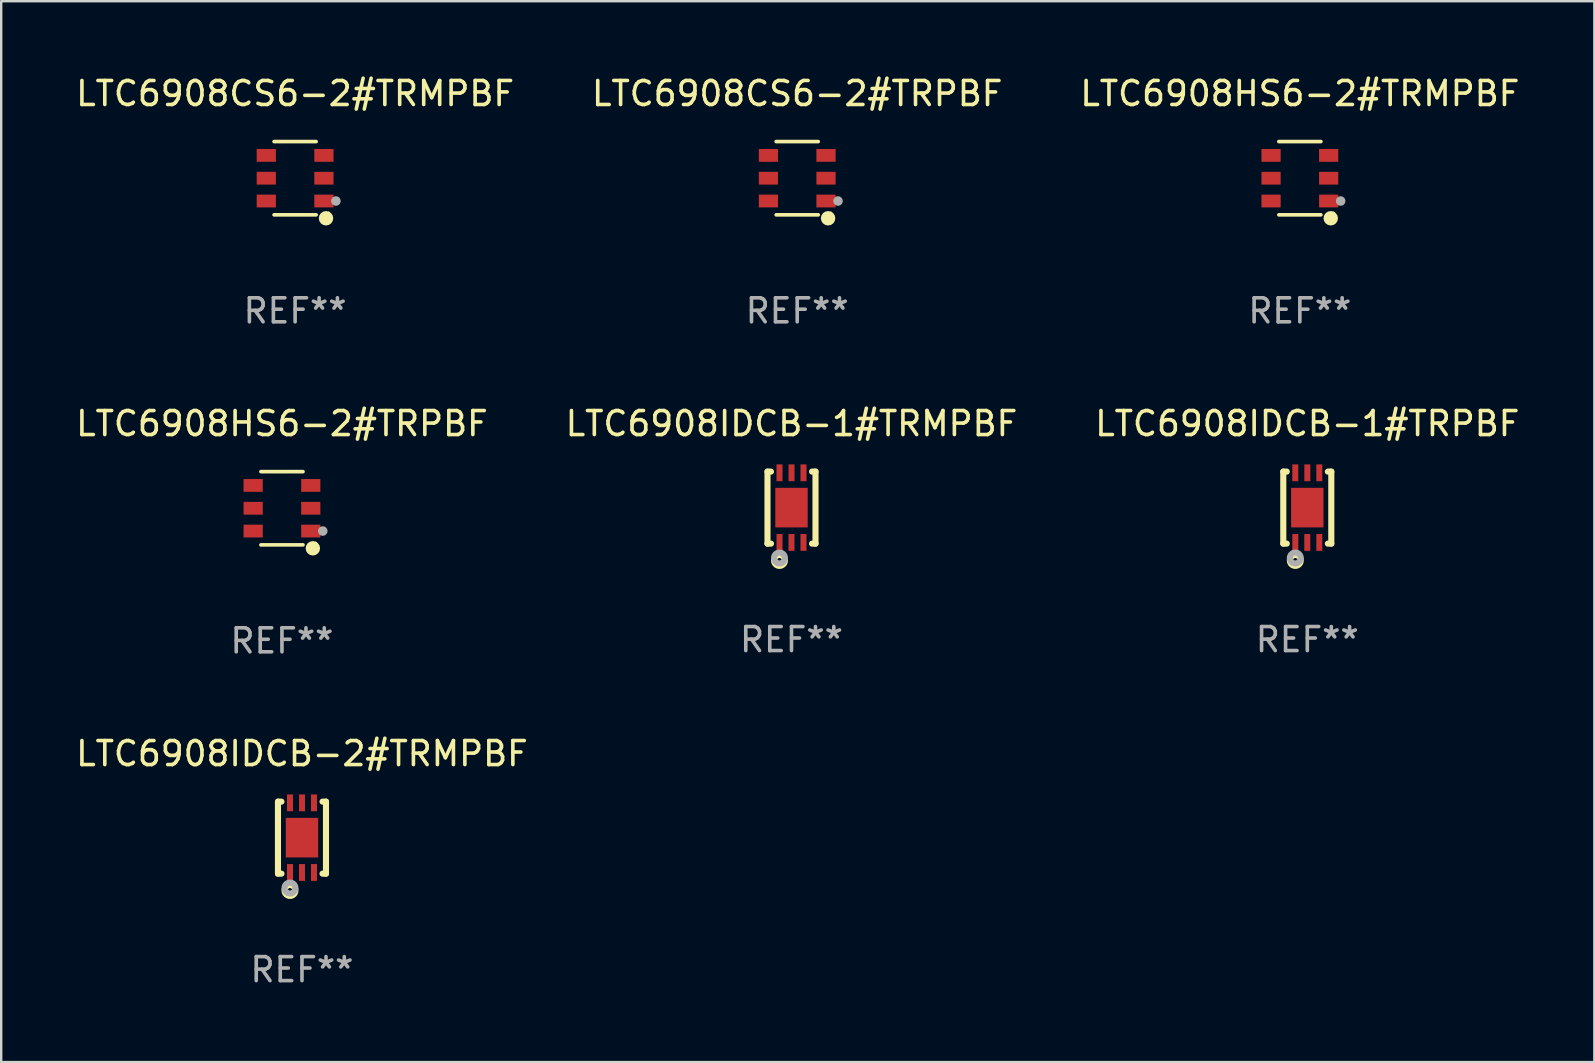
<source format=kicad_pcb>
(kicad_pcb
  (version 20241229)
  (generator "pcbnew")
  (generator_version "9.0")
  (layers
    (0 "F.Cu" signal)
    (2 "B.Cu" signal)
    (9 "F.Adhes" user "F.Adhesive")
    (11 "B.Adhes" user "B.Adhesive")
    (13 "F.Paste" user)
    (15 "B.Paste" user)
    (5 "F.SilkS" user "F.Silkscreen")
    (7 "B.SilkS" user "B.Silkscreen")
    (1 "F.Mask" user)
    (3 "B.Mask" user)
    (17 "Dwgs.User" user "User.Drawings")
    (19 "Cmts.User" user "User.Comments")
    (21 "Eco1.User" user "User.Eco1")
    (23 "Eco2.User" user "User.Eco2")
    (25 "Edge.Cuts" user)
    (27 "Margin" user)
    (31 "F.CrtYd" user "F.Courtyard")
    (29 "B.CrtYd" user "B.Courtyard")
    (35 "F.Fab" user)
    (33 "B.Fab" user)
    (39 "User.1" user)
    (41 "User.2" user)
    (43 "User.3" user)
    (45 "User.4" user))
  (footprint "LTC6908HS6-2#TRMPBF"
    (layer "F.Cu")
    (at 51.101 4.374)
    (property "Reference" "LTC6908HS6-2#TRMPBF" (at 0 -3.526 0) (layer "F.SilkS") (effects (font (size 1 1) (thickness 0.15))))
    (attr through_hole)
    (fp_line (start 0.876 -1.526) (end -0.876 -1.526) (stroke (width 0.152) (type solid)) (layer "F.SilkS"))
    (fp_line (start 0.876 1.526) (end -0.876 1.526) (stroke (width 0.152) (type solid)) (layer "F.SilkS"))
    (fp_circle (center 1.287 1.669) (end 1.438 1.669) (stroke (width 0.3) (type solid)) (fill no) (layer "F.SilkS"))
    (fp_circle (center 1.4 1.45) (end 1.43 1.45) (stroke (width 0.06) (type solid)) (fill no) (layer "F.SilkS"))
    (fp_circle (center 1.7 0.95) (end 1.8 0.95) (stroke (width 0.2) (type solid)) (fill no) (layer "F.Fab"))
    (fp_text user "REF**" (at 0 5.526 0) (layer "F.Fab") (effects (font (size 1 1) (thickness 0.15))))
    (pad "1" smd rect (at 1.2 0.95) (size 0.8 0.532) (layers "F.Cu" "F.Mask" "F.Paste"))
    (pad "2" smd rect (at 1.2 0) (size 0.8 0.532) (layers "F.Cu" "F.Mask" "F.Paste"))
    (pad "3" smd rect (at 1.2 -0.95) (size 0.8 0.532) (layers "F.Cu" "F.Mask" "F.Paste"))
    (pad "4" smd rect (at -1.2 -0.95) (size 0.8 0.532) (layers "F.Cu" "F.Mask" "F.Paste"))
    (pad "5" smd rect (at -1.2 0) (size 0.8 0.532) (layers "F.Cu" "F.Mask" "F.Paste"))
    (pad "6" smd rect (at -1.2 0.95) (size 0.8 0.532) (layers "F.Cu" "F.Mask" "F.Paste")))
  (footprint "LTC6908IDCB-2#TRMPBF"
    (layer "F.Cu")
    (at 9.53 31.846)
    (property "Reference" "LTC6908IDCB-2#TRMPBF" (at 0 -3.5 0) (layer "F.SilkS") (effects (font (size 1 1) (thickness 0.15))))
    (attr through_hole)
    (fp_line (start -1 1.5) (end -1 -1.5) (stroke (width 0.254) (type solid)) (layer "F.SilkS"))
    (fp_line (start -0.856 -1.5) (end -1 -1.5) (stroke (width 0.254) (type solid)) (layer "F.SilkS"))
    (fp_line (start -0.855 1.5) (end -1 1.5) (stroke (width 0.254) (type solid)) (layer "F.SilkS"))
    (fp_line (start 1 -1.5) (end 0.856 -1.5) (stroke (width 0.254) (type solid)) (layer "F.SilkS"))
    (fp_line (start 1 1.5) (end 0.856 1.5) (stroke (width 0.254) (type solid)) (layer "F.SilkS"))
    (fp_line (start 1 1.5) (end 1 -1.5) (stroke (width 0.254) (type solid)) (layer "F.SilkS"))
    (fp_circle (center -1 1.5) (end -0.97 1.5) (stroke (width 0.06) (type solid)) (fill no) (layer "F.SilkS"))
    (fp_circle (center -0.5 2.2) (end -0.4 2.2) (stroke (width 0.254) (type solid)) (fill no) (layer "F.SilkS"))
    (fp_circle (center -0.5 2.1) (end -0.4 2.1) (stroke (width 0.254) (type solid)) (fill no) (layer "F.Fab"))
    (fp_text user "REF**" (at 0 5.5 0) (layer "F.Fab") (effects (font (size 1 1) (thickness 0.15))))
    (pad "1" smd rect (at -0.499 1.45 180) (size 0.25 0.7) (layers "F.Cu" "F.Mask" "F.Paste"))
    (pad "2" smd rect (at 0.000025 1.45 180) (size 0.25 0.7) (layers "F.Cu" "F.Mask" "F.Paste"))
    (pad "3" smd rect (at 0.5 1.45 180) (size 0.25 0.7) (layers "F.Cu" "F.Mask" "F.Paste"))
    (pad "4" smd rect (at 0.5 -1.45 180) (size 0.25 0.7) (layers "F.Cu" "F.Mask" "F.Paste"))
    (pad "5" smd rect (at 0.002 -1.45 180) (size 0.25 0.7) (layers "F.Cu" "F.Mask" "F.Paste"))
    (pad "6" smd rect (at -0.5 -1.45 180) (size 0.25 0.7) (layers "F.Cu" "F.Mask" "F.Paste"))
    (pad "7" smd rect (at 0.000025 0.000038 180) (size 1.35 1.65) (layers "F.Cu" "F.Mask" "F.Paste")))
  (footprint "LTC6908IDCB-1#TRMPBF"
    (layer "F.Cu")
    (at 29.923 18.097)
    (property "Reference" "LTC6908IDCB-1#TRMPBF" (at 0 -3.5 0) (layer "F.SilkS") (effects (font (size 1 1) (thickness 0.15))))
    (attr through_hole)
    (fp_line (start -1 1.5) (end -1 -1.5) (stroke (width 0.254) (type solid)) (layer "F.SilkS"))
    (fp_line (start -0.856 -1.5) (end -1 -1.5) (stroke (width 0.254) (type solid)) (layer "F.SilkS"))
    (fp_line (start -0.855 1.5) (end -1 1.5) (stroke (width 0.254) (type solid)) (layer "F.SilkS"))
    (fp_line (start 1 -1.5) (end 0.856 -1.5) (stroke (width 0.254) (type solid)) (layer "F.SilkS"))
    (fp_line (start 1 1.5) (end 0.856 1.5) (stroke (width 0.254) (type solid)) (layer "F.SilkS"))
    (fp_line (start 1 1.5) (end 1 -1.5) (stroke (width 0.254) (type solid)) (layer "F.SilkS"))
    (fp_circle (center -1 1.5) (end -0.97 1.5) (stroke (width 0.06) (type solid)) (fill no) (layer "F.SilkS"))
    (fp_circle (center -0.5 2.2) (end -0.4 2.2) (stroke (width 0.254) (type solid)) (fill no) (layer "F.SilkS"))
    (fp_circle (center -0.5 2.1) (end -0.4 2.1) (stroke (width 0.254) (type solid)) (fill no) (layer "F.Fab"))
    (fp_text user "REF**" (at 0 5.5 0) (layer "F.Fab") (effects (font (size 1 1) (thickness 0.15))))
    (pad "1" smd rect (at -0.499 1.45 180) (size 0.25 0.7) (layers "F.Cu" "F.Mask" "F.Paste"))
    (pad "2" smd rect (at 0.000025 1.45 180) (size 0.25 0.7) (layers "F.Cu" "F.Mask" "F.Paste"))
    (pad "3" smd rect (at 0.5 1.45 180) (size 0.25 0.7) (layers "F.Cu" "F.Mask" "F.Paste"))
    (pad "4" smd rect (at 0.5 -1.45 180) (size 0.25 0.7) (layers "F.Cu" "F.Mask" "F.Paste"))
    (pad "5" smd rect (at 0.002 -1.45 180) (size 0.25 0.7) (layers "F.Cu" "F.Mask" "F.Paste"))
    (pad "6" smd rect (at -0.5 -1.45 180) (size 0.25 0.7) (layers "F.Cu" "F.Mask" "F.Paste"))
    (pad "7" smd rect (at 0.000025 0.000038 180) (size 1.35 1.65) (layers "F.Cu" "F.Mask" "F.Paste")))
  (footprint "LTC6908HS6-2#TRPBF"
    (layer "F.Cu")
    (at 8.696 18.123)
    (property "Reference" "LTC6908HS6-2#TRPBF" (at 0 -3.526 0) (layer "F.SilkS") (effects (font (size 1 1) (thickness 0.15))))
    (attr through_hole)
    (fp_line (start 0.876 -1.526) (end -0.876 -1.526) (stroke (width 0.152) (type solid)) (layer "F.SilkS"))
    (fp_line (start 0.876 1.526) (end -0.876 1.526) (stroke (width 0.152) (type solid)) (layer "F.SilkS"))
    (fp_circle (center 1.287 1.669) (end 1.438 1.669) (stroke (width 0.3) (type solid)) (fill no) (layer "F.SilkS"))
    (fp_circle (center 1.4 1.45) (end 1.43 1.45) (stroke (width 0.06) (type solid)) (fill no) (layer "F.SilkS"))
    (fp_circle (center 1.7 0.95) (end 1.8 0.95) (stroke (width 0.2) (type solid)) (fill no) (layer "F.Fab"))
    (fp_text user "REF**" (at 0 5.526 0) (layer "F.Fab") (effects (font (size 1 1) (thickness 0.15))))
    (pad "1" smd rect (at 1.2 0.95) (size 0.8 0.532) (layers "F.Cu" "F.Mask" "F.Paste"))
    (pad "2" smd rect (at 1.2 0) (size 0.8 0.532) (layers "F.Cu" "F.Mask" "F.Paste"))
    (pad "3" smd rect (at 1.2 -0.95) (size 0.8 0.532) (layers "F.Cu" "F.Mask" "F.Paste"))
    (pad "4" smd rect (at -1.2 -0.95) (size 0.8 0.532) (layers "F.Cu" "F.Mask" "F.Paste"))
    (pad "5" smd rect (at -1.2 0) (size 0.8 0.532) (layers "F.Cu" "F.Mask" "F.Paste"))
    (pad "6" smd rect (at -1.2 0.95) (size 0.8 0.532) (layers "F.Cu" "F.Mask" "F.Paste")))
  (footprint "LTC6908CS6-2#TRPBF"
    (layer "F.Cu")
    (at 30.161 4.374)
    (property "Reference" "LTC6908CS6-2#TRPBF" (at 0 -3.526 0) (layer "F.SilkS") (effects (font (size 1 1) (thickness 0.15))))
    (attr through_hole)
    (fp_line (start 0.876 -1.526) (end -0.876 -1.526) (stroke (width 0.152) (type solid)) (layer "F.SilkS"))
    (fp_line (start 0.876 1.526) (end -0.876 1.526) (stroke (width 0.152) (type solid)) (layer "F.SilkS"))
    (fp_circle (center 1.287 1.669) (end 1.438 1.669) (stroke (width 0.3) (type solid)) (fill no) (layer "F.SilkS"))
    (fp_circle (center 1.4 1.45) (end 1.43 1.45) (stroke (width 0.06) (type solid)) (fill no) (layer "F.SilkS"))
    (fp_circle (center 1.7 0.95) (end 1.8 0.95) (stroke (width 0.2) (type solid)) (fill no) (layer "F.Fab"))
    (fp_text user "REF**" (at 0 5.526 0) (layer "F.Fab") (effects (font (size 1 1) (thickness 0.15))))
    (pad "1" smd rect (at 1.2 0.95) (size 0.8 0.532) (layers "F.Cu" "F.Mask" "F.Paste"))
    (pad "2" smd rect (at 1.2 0) (size 0.8 0.532) (layers "F.Cu" "F.Mask" "F.Paste"))
    (pad "3" smd rect (at 1.2 -0.95) (size 0.8 0.532) (layers "F.Cu" "F.Mask" "F.Paste"))
    (pad "4" smd rect (at -1.2 -0.95) (size 0.8 0.532) (layers "F.Cu" "F.Mask" "F.Paste"))
    (pad "5" smd rect (at -1.2 0) (size 0.8 0.532) (layers "F.Cu" "F.Mask" "F.Paste"))
    (pad "6" smd rect (at -1.2 0.95) (size 0.8 0.532) (layers "F.Cu" "F.Mask" "F.Paste")))
  (footprint "LTC6908CS6-2#TRMPBF"
    (layer "F.Cu")
    (at 9.244 4.374)
    (property "Reference" "LTC6908CS6-2#TRMPBF" (at 0 -3.526 0) (layer "F.SilkS") (effects (font (size 1 1) (thickness 0.15))))
    (attr through_hole)
    (fp_line (start 0.876 -1.526) (end -0.876 -1.526) (stroke (width 0.152) (type solid)) (layer "F.SilkS"))
    (fp_line (start 0.876 1.526) (end -0.876 1.526) (stroke (width 0.152) (type solid)) (layer "F.SilkS"))
    (fp_circle (center 1.287 1.669) (end 1.438 1.669) (stroke (width 0.3) (type solid)) (fill no) (layer "F.SilkS"))
    (fp_circle (center 1.4 1.45) (end 1.43 1.45) (stroke (width 0.06) (type solid)) (fill no) (layer "F.SilkS"))
    (fp_circle (center 1.7 0.95) (end 1.8 0.95) (stroke (width 0.2) (type solid)) (fill no) (layer "F.Fab"))
    (fp_text user "REF**" (at 0 5.526 0) (layer "F.Fab") (effects (font (size 1 1) (thickness 0.15))))
    (pad "1" smd rect (at 1.2 0.95) (size 0.8 0.532) (layers "F.Cu" "F.Mask" "F.Paste"))
    (pad "2" smd rect (at 1.2 0) (size 0.8 0.532) (layers "F.Cu" "F.Mask" "F.Paste"))
    (pad "3" smd rect (at 1.2 -0.95) (size 0.8 0.532) (layers "F.Cu" "F.Mask" "F.Paste"))
    (pad "4" smd rect (at -1.2 -0.95) (size 0.8 0.532) (layers "F.Cu" "F.Mask" "F.Paste"))
    (pad "5" smd rect (at -1.2 0) (size 0.8 0.532) (layers "F.Cu" "F.Mask" "F.Paste"))
    (pad "6" smd rect (at -1.2 0.95) (size 0.8 0.532) (layers "F.Cu" "F.Mask" "F.Paste")))
  (footprint "LTC6908IDCB-1#TRPBF"
    (layer "F.Cu")
    (at 51.411 18.097)
    (property "Reference" "LTC6908IDCB-1#TRPBF" (at 0 -3.5 0) (layer "F.SilkS") (effects (font (size 1 1) (thickness 0.15))))
    (attr through_hole)
    (fp_line (start -1 1.5) (end -1 -1.5) (stroke (width 0.254) (type solid)) (layer "F.SilkS"))
    (fp_line (start -0.856 -1.5) (end -1 -1.5) (stroke (width 0.254) (type solid)) (layer "F.SilkS"))
    (fp_line (start -0.855 1.5) (end -1 1.5) (stroke (width 0.254) (type solid)) (layer "F.SilkS"))
    (fp_line (start 1 -1.5) (end 0.856 -1.5) (stroke (width 0.254) (type solid)) (layer "F.SilkS"))
    (fp_line (start 1 1.5) (end 0.856 1.5) (stroke (width 0.254) (type solid)) (layer "F.SilkS"))
    (fp_line (start 1 1.5) (end 1 -1.5) (stroke (width 0.254) (type solid)) (layer "F.SilkS"))
    (fp_circle (center -1 1.5) (end -0.97 1.5) (stroke (width 0.06) (type solid)) (fill no) (layer "F.SilkS"))
    (fp_circle (center -0.5 2.2) (end -0.4 2.2) (stroke (width 0.254) (type solid)) (fill no) (layer "F.SilkS"))
    (fp_circle (center -0.5 2.1) (end -0.4 2.1) (stroke (width 0.254) (type solid)) (fill no) (layer "F.Fab"))
    (fp_text user "REF**" (at 0 5.5 0) (layer "F.Fab") (effects (font (size 1 1) (thickness 0.15))))
    (pad "1" smd rect (at -0.499 1.45 180) (size 0.25 0.7) (layers "F.Cu" "F.Mask" "F.Paste"))
    (pad "2" smd rect (at 0.000025 1.45 180) (size 0.25 0.7) (layers "F.Cu" "F.Mask" "F.Paste"))
    (pad "3" smd rect (at 0.5 1.45 180) (size 0.25 0.7) (layers "F.Cu" "F.Mask" "F.Paste"))
    (pad "4" smd rect (at 0.5 -1.45 180) (size 0.25 0.7) (layers "F.Cu" "F.Mask" "F.Paste"))
    (pad "5" smd rect (at 0.002 -1.45 180) (size 0.25 0.7) (layers "F.Cu" "F.Mask" "F.Paste"))
    (pad "6" smd rect (at -0.5 -1.45 180) (size 0.25 0.7) (layers "F.Cu" "F.Mask" "F.Paste"))
    (pad "7" smd rect (at 0.000025 0.000038 180) (size 1.35 1.65) (layers "F.Cu" "F.Mask" "F.Paste")))
  (gr_rect
    (start -3 -3)
    (end 63.369 41.194)
    (stroke (width 0.1) (type default))
    (fill no)
    (layer "Edge.Cuts")))
</source>
